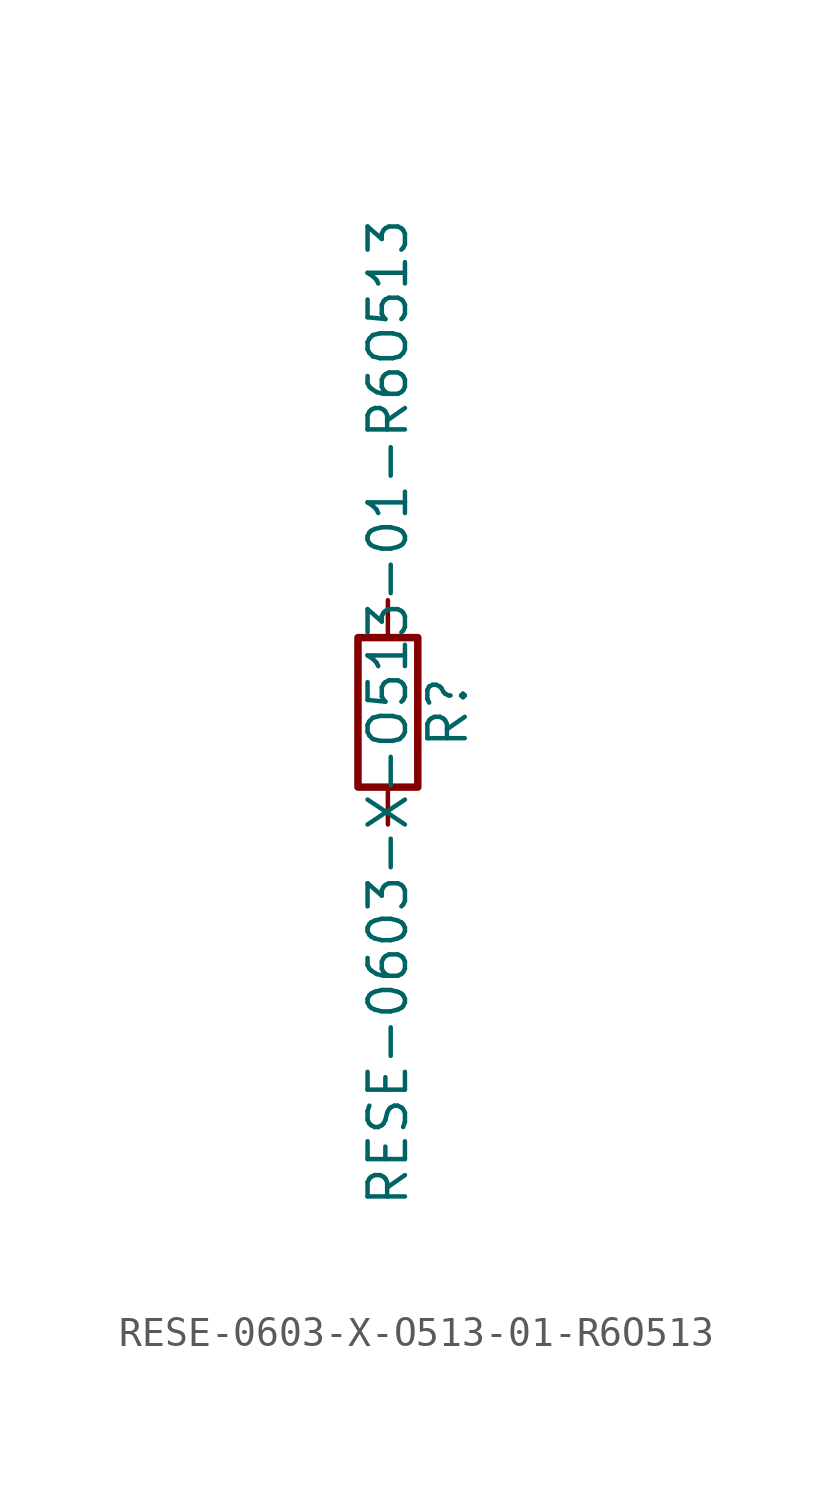
<source format=kicad_sym>
(kicad_symbol_lib
  (version 20211014)
  (generator kicad_symbol_editor)
  (symbol "RESE-0603-X-O513-01-R6O513"
    (pin_numbers hide)
    (pin_names
      (offset 0))
    (property "Reference" "R"
      (at 2.032 0 90)
      (effects (font (size 1.27 1.27))))
    (property "Value" "RESE-0603-X-O513-01-R6O513"
      (at 0 0 90)
      (effects (font (size 1.27 1.27))))
    (symbol "RESE-0603-X-O513-01-R6O513_0_1"
      (rectangle (start -1.016 -2.54) (end 1.016 2.54) (stroke (width 0.254) (type default) (color 0 0 0 0)) (fill (type none))))
    (symbol "RESE-0603-X-O513-01-R6O513_1_1"
      (pin passive line (at 0 3.81 270) (length 1.27) (name "~" (effects (font (size 1.27 1.27)))) (number "1" (effects (font (size 1.27 1.27)))))
      (pin passive line (at 0 -3.81 90) (length 1.27) (name "~" (effects (font (size 1.27 1.27)))) (number "2" (effects (font (size 1.27 1.27))))))))
</source>
